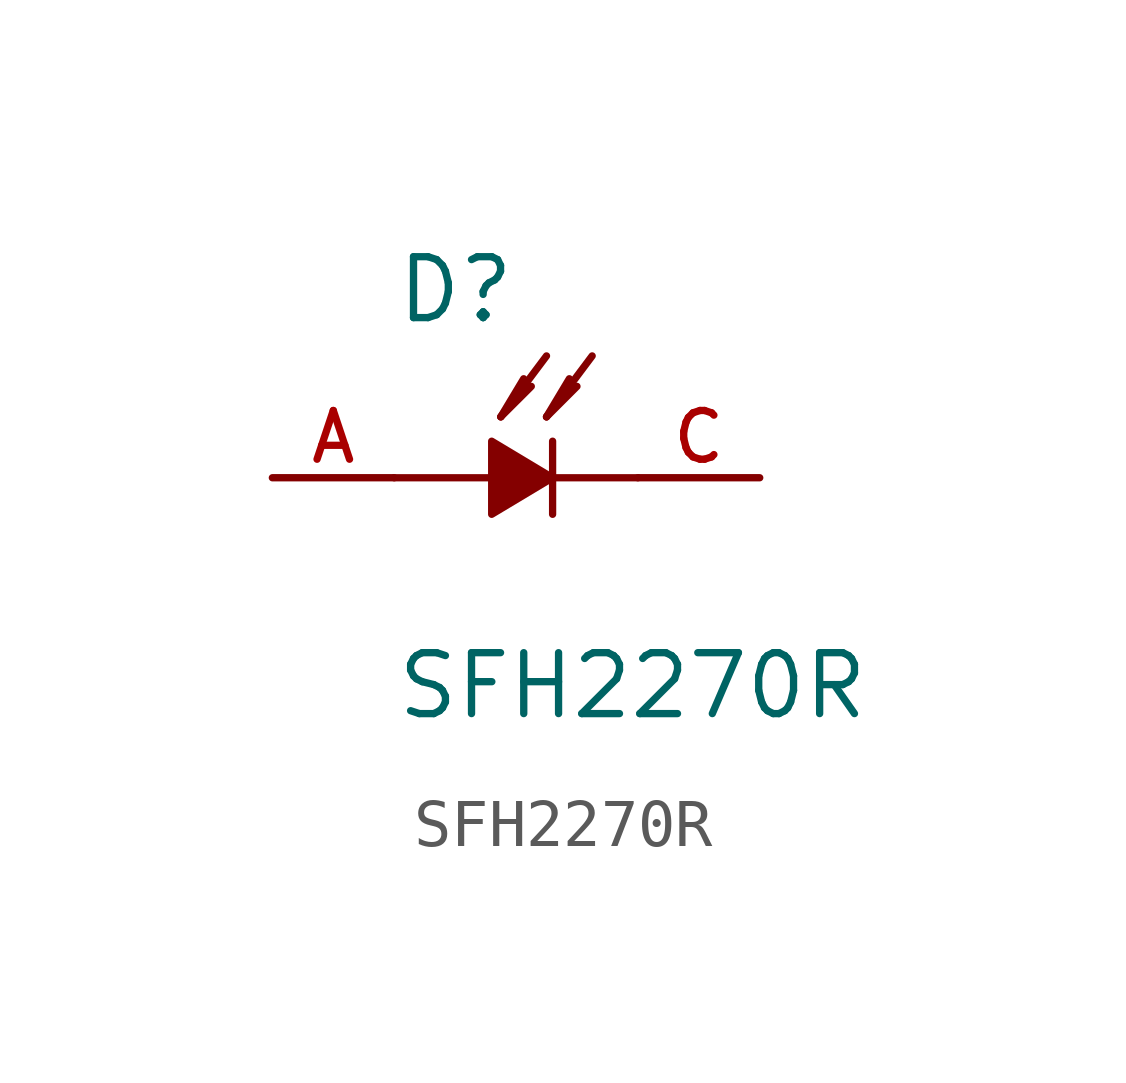
<source format=kicad_sym>
(kicad_symbol_lib
  (version 20211014)
  (generator kicad_symbol_editor)
  (symbol "SFH2270R"
    (pin_names
      (offset 1.016))
    (property "Reference" "D"
      (at -2.54 3.175 0)
      (effects (font (size 1.27 1.27)) (justify bottom left)))
    (property "Value" "SFH2270R"
      (at -2.54 -5.08 0)
      (effects (font (size 1.27 1.27)) (justify bottom left)))
    (symbol "SFH2270R_0_0"
      (polyline (pts (xy 0.762 0.0) (xy -0.508 -0.762) (xy -0.508 0.762) (xy 0.762 0.0)) (stroke (width 0.152)) (fill (type outline)))
      (polyline (pts (xy -0.508 0.0) (xy -2.54 0.0)) (stroke (width 0.152)))
      (polyline (pts (xy 0.762 0.0) (xy 2.54 0.0)) (stroke (width 0.152)))
      (polyline (pts (xy 0.762 -0.762) (xy 0.762 0.762)) (stroke (width 0.152)))
      (polyline (pts (xy -0.318 1.27) (xy 0.635 2.54)) (stroke (width 0.152)))
      (polyline (pts (xy -0.318 1.27) (xy 0.318 1.905)) (stroke (width 0.152)))
      (polyline (pts (xy -0.318 1.27) (xy 0.159 2.064)) (stroke (width 0.152)))
      (polyline (pts (xy 0.635 1.27) (xy 1.587 2.54)) (stroke (width 0.152)))
      (polyline (pts (xy 0.635 1.27) (xy 1.27 1.905)) (stroke (width 0.152)))
      (polyline (pts (xy 0.635 1.27) (xy 1.111 2.064)) (stroke (width 0.152)))
      (pin passive line (at 5.08 0.0 180.0) (length 2.54) (name "~" (effects (font (size 1.016 1.016)))) (number "C" (effects (font (size 1.016 1.016)))))
      (pin passive line (at -5.08 0.0 0) (length 2.54) (name "~" (effects (font (size 1.016 1.016)))) (number "A" (effects (font (size 1.016 1.016))))))))
</source>
